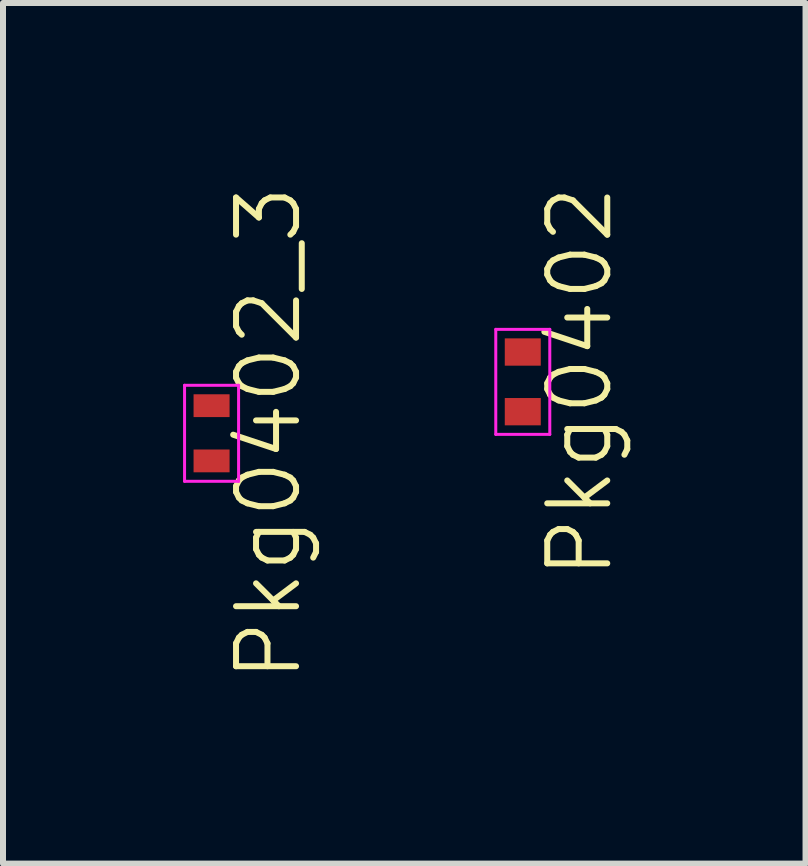
<source format=kicad_pcb>
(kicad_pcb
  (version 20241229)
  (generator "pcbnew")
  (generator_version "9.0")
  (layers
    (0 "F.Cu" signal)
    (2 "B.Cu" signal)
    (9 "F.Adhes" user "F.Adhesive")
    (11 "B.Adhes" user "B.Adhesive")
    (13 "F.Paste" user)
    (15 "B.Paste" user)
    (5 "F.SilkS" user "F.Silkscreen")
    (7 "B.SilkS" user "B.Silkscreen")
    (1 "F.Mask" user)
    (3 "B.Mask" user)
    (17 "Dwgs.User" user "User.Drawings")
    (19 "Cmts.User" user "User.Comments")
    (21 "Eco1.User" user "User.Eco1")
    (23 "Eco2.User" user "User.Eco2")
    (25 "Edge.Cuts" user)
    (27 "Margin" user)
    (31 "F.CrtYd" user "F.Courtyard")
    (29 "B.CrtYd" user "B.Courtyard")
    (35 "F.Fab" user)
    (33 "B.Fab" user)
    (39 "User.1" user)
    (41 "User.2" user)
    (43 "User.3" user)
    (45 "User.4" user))
  (footprint "Pkg0402_3"
    (layer "F.Cu")
    (at 0.475 4.169)
    (property "Reference" "Pkg0402_3" (at 0.95 0 90) (layer "F.SilkS") (effects (font (size 1 1) (thickness 0.1))))
    (fp_line (start -0.45 -0.8) (end -0.45 0.8) (stroke (width 0.05) (type solid)) (layer "F.CrtYd"))
    (fp_line (start -0.45 0.8) (end 0.45 0.8) (stroke (width 0.05) (type solid)) (layer "F.CrtYd"))
    (fp_line (start 0.45 -0.8) (end -0.45 -0.8) (stroke (width 0.05) (type solid)) (layer "F.CrtYd"))
    (fp_line (start 0.45 0.8) (end 0.45 -0.8) (stroke (width 0.05) (type solid)) (layer "F.CrtYd"))
    (pad "" smd rect (at 0 -0.46) (size 0.7 0.48) (layers "F.Mask"))
    (pad "" smd rect (at 0 0.46) (size 0.7 0.48) (layers "F.Mask"))
    (pad "1" smd rect (at 0 -0.46) (size 0.6 0.38) (layers "F.Cu" "F.Paste"))
    (pad "2" smd rect (at 0 0.46) (size 0.6 0.38) (layers "F.Cu" "F.Paste")))
  (footprint "Pkg0402"
    (layer "F.Cu")
    (at 5.66 3.312)
    (property "Reference" "Pkg0402" (at 0.95 0 90) (layer "F.SilkS") (effects (font (size 1 1) (thickness 0.1))))
    (fp_line (start -0.45 -0.875) (end -0.45 0.875) (stroke (width 0.05) (type solid)) (layer "F.CrtYd"))
    (fp_line (start -0.45 0.875) (end 0.45 0.875) (stroke (width 0.05) (type solid)) (layer "F.CrtYd"))
    (fp_line (start 0.45 -0.875) (end -0.45 -0.875) (stroke (width 0.05) (type solid)) (layer "F.CrtYd"))
    (fp_line (start 0.45 0.875) (end 0.45 -0.875) (stroke (width 0.05) (type solid)) (layer "F.CrtYd"))
    (pad "" smd rect (at 0 -0.497) (size 0.7 0.555) (layers "F.Mask"))
    (pad "" smd rect (at 0 0.497) (size 0.7 0.555) (layers "F.Mask"))
    (pad "1" smd rect (at 0 -0.497) (size 0.6 0.455) (layers "F.Cu" "F.Paste"))
    (pad "2" smd rect (at 0 0.497) (size 0.6 0.455) (layers "F.Cu" "F.Paste")))
  (gr_rect
    (start -3 -3)
    (end 10.371 11.338)
    (stroke (width 0.1) (type default))
    (fill no)
    (layer "Edge.Cuts")))
</source>
